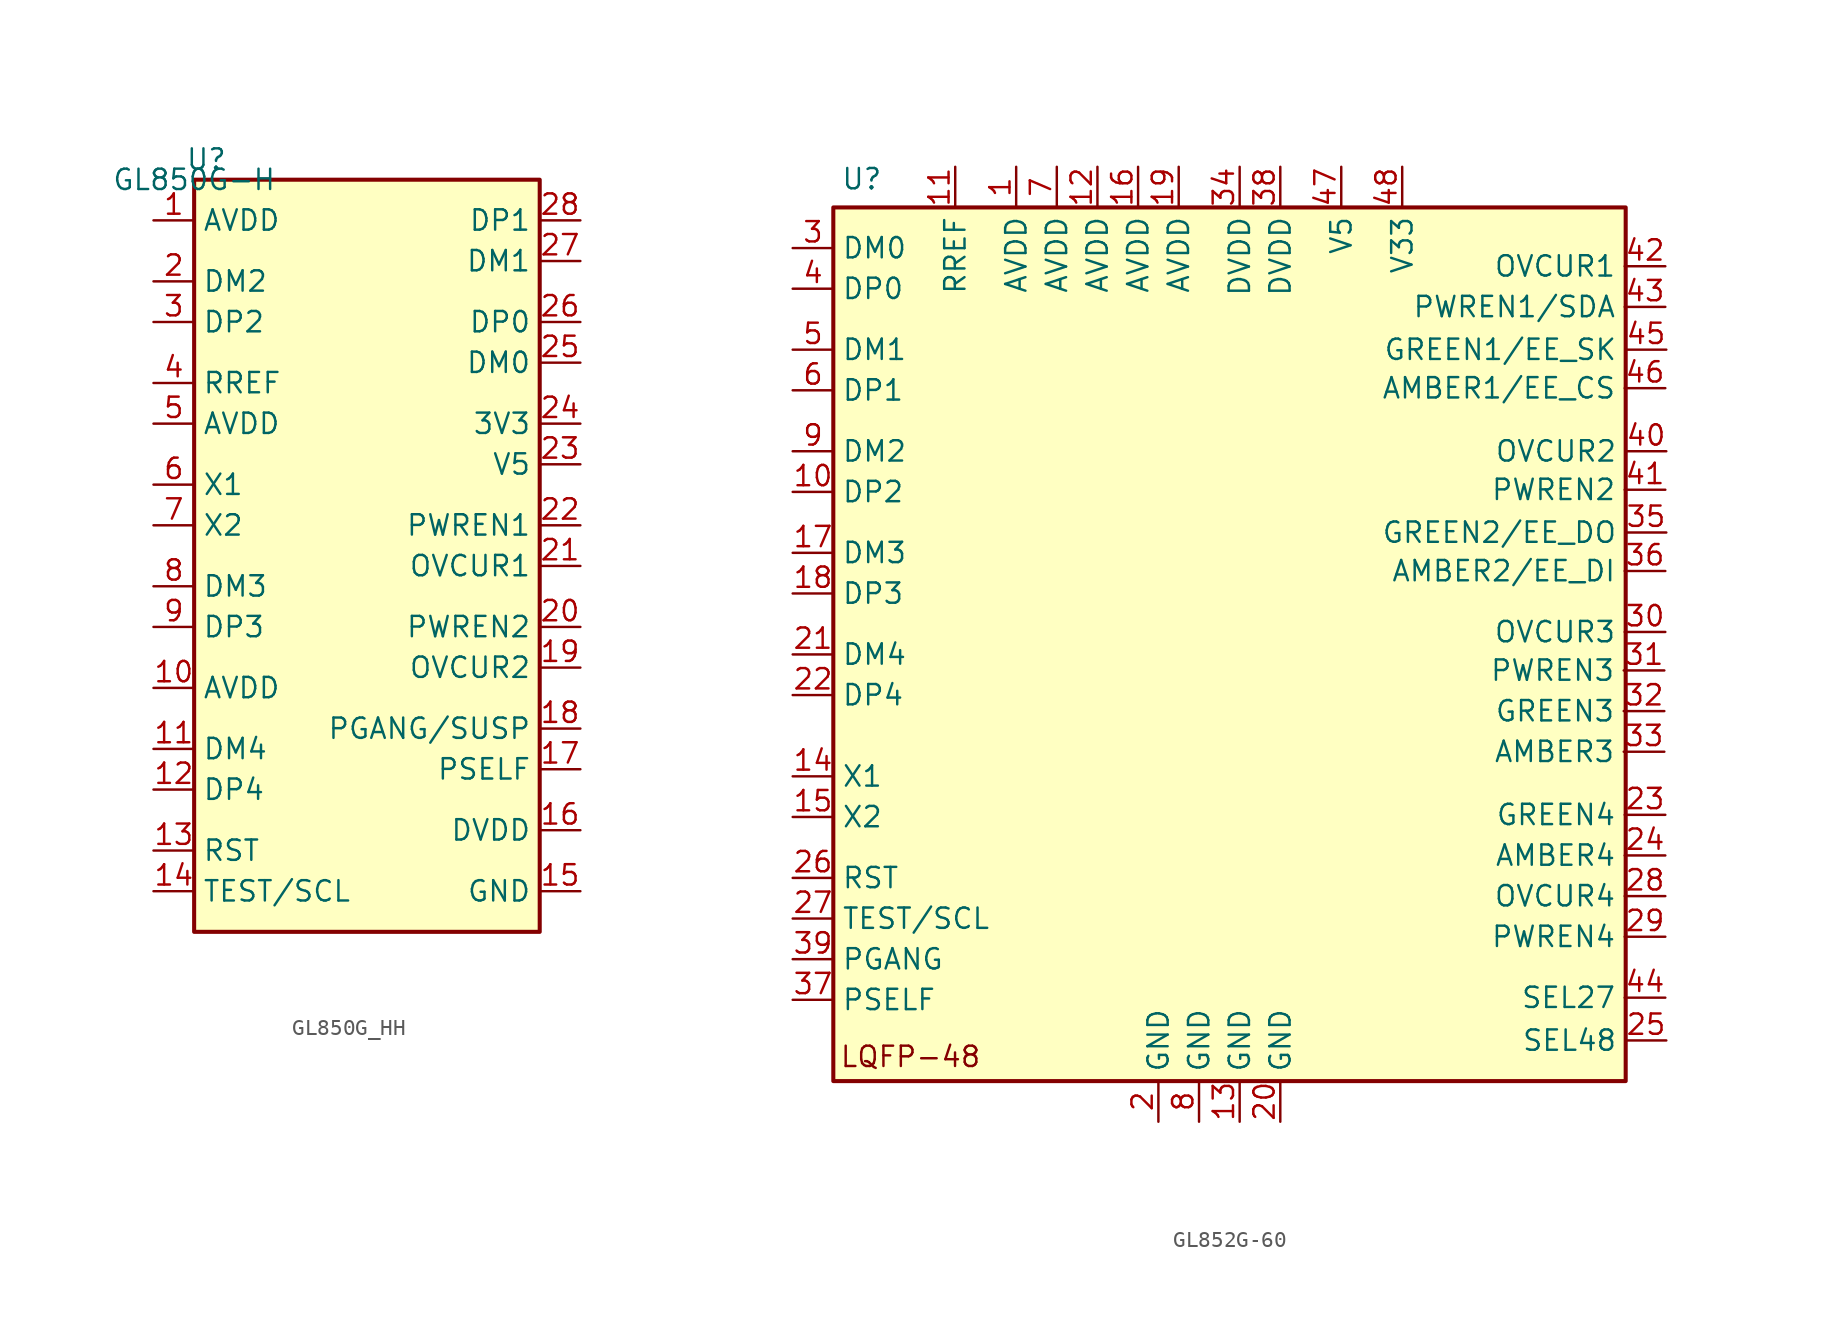
<source format=kicad_sym>
(kicad_symbol_lib
  (version 20241209)
  (generator "kicad_symbol_editor")
  (generator_version "9.0")
  (symbol "GL850G_HH"
    (property "Reference" "U"
      (at 0.762 1.27 0)
      (effects (font (size 1.27 1.27))))
    (property "Value" "GL850G-H"
      (at 0 0 0)
      (effects (font (size 1.27 1.27))))
    (symbol "GL850G_HH_1_1"
      (rectangle (start 0 0) (end 21.59 -46.99) (stroke (width 0.254) (type solid)) (fill (type background)))
      (pin bidirectional line (at -2.54 -2.54 0) (length 2.54) (name "AVDD" (effects (font (size 1.27 1.27)))) (number "1" (effects (font (size 1.27 1.27)))))
      (pin bidirectional line (at -2.54 -6.35 0) (length 2.54) (name "DM2" (effects (font (size 1.27 1.27)))) (number "2" (effects (font (size 1.27 1.27)))))
      (pin bidirectional line (at -2.54 -8.89 0) (length 2.54) (name "DP2" (effects (font (size 1.27 1.27)))) (number "3" (effects (font (size 1.27 1.27)))))
      (pin bidirectional line (at -2.54 -12.7 0) (length 2.54) (name "RREF" (effects (font (size 1.27 1.27)))) (number "4" (effects (font (size 1.27 1.27)))))
      (pin bidirectional line (at -2.54 -15.24 0) (length 2.54) (name "AVDD" (effects (font (size 1.27 1.27)))) (number "5" (effects (font (size 1.27 1.27)))))
      (pin bidirectional line (at -2.54 -19.05 0) (length 2.54) (name "X1" (effects (font (size 1.27 1.27)))) (number "6" (effects (font (size 1.27 1.27)))))
      (pin bidirectional line (at -2.54 -21.59 0) (length 2.54) (name "X2" (effects (font (size 1.27 1.27)))) (number "7" (effects (font (size 1.27 1.27)))))
      (pin bidirectional line (at -2.54 -25.4 0) (length 2.54) (name "DM3" (effects (font (size 1.27 1.27)))) (number "8" (effects (font (size 1.27 1.27)))))
      (pin bidirectional line (at -2.54 -27.94 0) (length 2.54) (name "DP3" (effects (font (size 1.27 1.27)))) (number "9" (effects (font (size 1.27 1.27)))))
      (pin bidirectional line (at -2.54 -31.75 0) (length 2.54) (name "AVDD" (effects (font (size 1.27 1.27)))) (number "10" (effects (font (size 1.27 1.27)))))
      (pin bidirectional line (at -2.54 -35.56 0) (length 2.54) (name "DM4" (effects (font (size 1.27 1.27)))) (number "11" (effects (font (size 1.27 1.27)))))
      (pin bidirectional line (at -2.54 -38.1 0) (length 2.54) (name "DP4" (effects (font (size 1.27 1.27)))) (number "12" (effects (font (size 1.27 1.27)))))
      (pin bidirectional line (at -2.54 -41.91 0) (length 2.54) (name "RST" (effects (font (size 1.27 1.27)))) (number "13" (effects (font (size 1.27 1.27)))))
      (pin bidirectional line (at -2.54 -44.45 0) (length 2.54) (name "TEST/SCL" (effects (font (size 1.27 1.27)))) (number "14" (effects (font (size 1.27 1.27)))))
      (pin bidirectional line (at 24.13 -2.54 180) (length 2.54) (name "DP1" (effects (font (size 1.27 1.27)))) (number "28" (effects (font (size 1.27 1.27)))))
      (pin bidirectional line (at 24.13 -5.08 180) (length 2.54) (name "DM1" (effects (font (size 1.27 1.27)))) (number "27" (effects (font (size 1.27 1.27)))))
      (pin bidirectional line (at 24.13 -8.89 180) (length 2.54) (name "DP0" (effects (font (size 1.27 1.27)))) (number "26" (effects (font (size 1.27 1.27)))))
      (pin bidirectional line (at 24.13 -11.43 180) (length 2.54) (name "DM0" (effects (font (size 1.27 1.27)))) (number "25" (effects (font (size 1.27 1.27)))))
      (pin bidirectional line (at 24.13 -15.24 180) (length 2.54) (name "3V3" (effects (font (size 1.27 1.27)))) (number "24" (effects (font (size 1.27 1.27)))))
      (pin bidirectional line (at 24.13 -17.78 180) (length 2.54) (name "V5" (effects (font (size 1.27 1.27)))) (number "23" (effects (font (size 1.27 1.27)))))
      (pin bidirectional line (at 24.13 -21.59 180) (length 2.54) (name "PWREN1" (effects (font (size 1.27 1.27)))) (number "22" (effects (font (size 1.27 1.27)))))
      (pin bidirectional line (at 24.13 -24.13 180) (length 2.54) (name "OVCUR1" (effects (font (size 1.27 1.27)))) (number "21" (effects (font (size 1.27 1.27)))))
      (pin bidirectional line (at 24.13 -27.94 180) (length 2.54) (name "PWREN2" (effects (font (size 1.27 1.27)))) (number "20" (effects (font (size 1.27 1.27)))))
      (pin bidirectional line (at 24.13 -30.48 180) (length 2.54) (name "OVCUR2" (effects (font (size 1.27 1.27)))) (number "19" (effects (font (size 1.27 1.27)))))
      (pin bidirectional line (at 24.13 -34.29 180) (length 2.54) (name "PGANG/SUSP" (effects (font (size 1.27 1.27)))) (number "18" (effects (font (size 1.27 1.27)))))
      (pin bidirectional line (at 24.13 -36.83 180) (length 2.54) (name "PSELF" (effects (font (size 1.27 1.27)))) (number "17" (effects (font (size 1.27 1.27)))))
      (pin bidirectional line (at 24.13 -40.64 180) (length 2.54) (name "DVDD" (effects (font (size 1.27 1.27)))) (number "16" (effects (font (size 1.27 1.27)))))
      (pin bidirectional line (at 24.13 -44.45 180) (length 2.54) (name "GND" (effects (font (size 1.27 1.27)))) (number "15" (effects (font (size 1.27 1.27)))))))
  (symbol "GL852G-60"
    (property "Reference" "U"
      (at 1.778 1.778 0)
      (effects (font (size 1.27 1.27))))
    (property "Value" ""
      (at 0 0 0)
      (effects (font (size 1.27 1.27))))
    (symbol "GL852G-60_1_1"
      (rectangle (start 0 0) (end 49.53 -54.61) (stroke (width 0.254) (type solid)) (fill (type background)))
      (text "LQFP-48" (at 4.826 -53.086 0) (effects (font (size 1.27 1.27))))
      (pin bidirectional line (at -2.54 -2.54 0) (length 2.54) (name "DM0" (effects (font (size 1.27 1.27)))) (number "3" (effects (font (size 1.27 1.27)))))
      (pin bidirectional line (at -2.54 -5.08 0) (length 2.54) (name "DP0" (effects (font (size 1.27 1.27)))) (number "4" (effects (font (size 1.27 1.27)))))
      (pin bidirectional line (at -2.54 -8.89 0) (length 2.54) (name "DM1" (effects (font (size 1.27 1.27)))) (number "5" (effects (font (size 1.27 1.27)))))
      (pin bidirectional line (at -2.54 -11.43 0) (length 2.54) (name "DP1" (effects (font (size 1.27 1.27)))) (number "6" (effects (font (size 1.27 1.27)))))
      (pin bidirectional line (at -2.54 -15.24 0) (length 2.54) (name "DM2" (effects (font (size 1.27 1.27)))) (number "9" (effects (font (size 1.27 1.27)))))
      (pin bidirectional line (at -2.54 -17.78 0) (length 2.54) (name "DP2" (effects (font (size 1.27 1.27)))) (number "10" (effects (font (size 1.27 1.27)))))
      (pin bidirectional line (at -2.54 -21.59 0) (length 2.54) (name "DM3" (effects (font (size 1.27 1.27)))) (number "17" (effects (font (size 1.27 1.27)))))
      (pin bidirectional line (at -2.54 -24.13 0) (length 2.54) (name "DP3" (effects (font (size 1.27 1.27)))) (number "18" (effects (font (size 1.27 1.27)))))
      (pin bidirectional line (at -2.54 -27.94 0) (length 2.54) (name "DM4" (effects (font (size 1.27 1.27)))) (number "21" (effects (font (size 1.27 1.27)))))
      (pin bidirectional line (at -2.54 -30.48 0) (length 2.54) (name "DP4" (effects (font (size 1.27 1.27)))) (number "22" (effects (font (size 1.27 1.27)))))
      (pin bidirectional line (at -2.54 -35.56 0) (length 2.54) (name "X1" (effects (font (size 1.27 1.27)))) (number "14" (effects (font (size 1.27 1.27)))))
      (pin bidirectional line (at -2.54 -38.1 0) (length 2.54) (name "X2" (effects (font (size 1.27 1.27)))) (number "15" (effects (font (size 1.27 1.27)))))
      (pin bidirectional line (at -2.54 -41.91 0) (length 2.54) (name "RST" (effects (font (size 1.27 1.27)))) (number "26" (effects (font (size 1.27 1.27)))))
      (pin bidirectional line (at -2.54 -44.45 0) (length 2.54) (name "TEST/SCL" (effects (font (size 1.27 1.27)))) (number "27" (effects (font (size 1.27 1.27)))))
      (pin bidirectional line (at -2.54 -46.99 0) (length 2.54) (name "PGANG" (effects (font (size 1.27 1.27)))) (number "39" (effects (font (size 1.27 1.27)))))
      (pin bidirectional line (at -2.54 -49.53 0) (length 2.54) (name "PSELF" (effects (font (size 1.27 1.27)))) (number "37" (effects (font (size 1.27 1.27)))))
      (pin bidirectional line (at 7.62 2.54 270) (length 2.54) (name "RREF" (effects (font (size 1.27 1.27)))) (number "11" (effects (font (size 1.27 1.27)))))
      (pin bidirectional line (at 11.43 2.54 270) (length 2.54) (name "AVDD" (effects (font (size 1.27 1.27)))) (number "1" (effects (font (size 1.27 1.27)))))
      (pin bidirectional line (at 13.97 2.54 270) (length 2.54) (name "AVDD" (effects (font (size 1.27 1.27)))) (number "7" (effects (font (size 1.27 1.27)))))
      (pin bidirectional line (at 16.51 2.54 270) (length 2.54) (name "AVDD" (effects (font (size 1.27 1.27)))) (number "12" (effects (font (size 1.27 1.27)))))
      (pin bidirectional line (at 19.05 2.54 270) (length 2.54) (name "AVDD" (effects (font (size 1.27 1.27)))) (number "16" (effects (font (size 1.27 1.27)))))
      (pin bidirectional line (at 20.32 -57.15 90) (length 2.54) (name "GND" (effects (font (size 1.27 1.27)))) (number "2" (effects (font (size 1.27 1.27)))))
      (pin bidirectional line (at 21.59 2.54 270) (length 2.54) (name "AVDD" (effects (font (size 1.27 1.27)))) (number "19" (effects (font (size 1.27 1.27)))))
      (pin bidirectional line (at 22.86 -57.15 90) (length 2.54) (name "GND" (effects (font (size 1.27 1.27)))) (number "8" (effects (font (size 1.27 1.27)))))
      (pin bidirectional line (at 25.4 2.54 270) (length 2.54) (name "DVDD" (effects (font (size 1.27 1.27)))) (number "34" (effects (font (size 1.27 1.27)))))
      (pin bidirectional line (at 25.4 -57.15 90) (length 2.54) (name "GND" (effects (font (size 1.27 1.27)))) (number "13" (effects (font (size 1.27 1.27)))))
      (pin bidirectional line (at 27.94 2.54 270) (length 2.54) (name "DVDD" (effects (font (size 1.27 1.27)))) (number "38" (effects (font (size 1.27 1.27)))))
      (pin bidirectional line (at 27.94 -57.15 90) (length 2.54) (name "GND" (effects (font (size 1.27 1.27)))) (number "20" (effects (font (size 1.27 1.27)))))
      (pin bidirectional line (at 31.75 2.54 270) (length 2.54) (name "V5" (effects (font (size 1.27 1.27)))) (number "47" (effects (font (size 1.27 1.27)))))
      (pin bidirectional line (at 35.56 2.54 270) (length 2.54) (name "V33" (effects (font (size 1.27 1.27)))) (number "48" (effects (font (size 1.27 1.27)))))
      (pin bidirectional line (at 51.946 -28.942 180) (length 2.54) (name "PWREN3" (effects (font (size 1.27 1.27)))) (number "31" (effects (font (size 1.27 1.27)))))
      (pin bidirectional line (at 51.946 -31.482 180) (length 2.54) (name "GREEN3" (effects (font (size 1.27 1.27)))) (number "32" (effects (font (size 1.27 1.27)))))
      (pin bidirectional line (at 51.946 -34.022 180) (length 2.54) (name "AMBER3" (effects (font (size 1.27 1.27)))) (number "33" (effects (font (size 1.27 1.27)))))
      (pin bidirectional line (at 52.008 -3.676 180) (length 2.54) (name "OVCUR1" (effects (font (size 1.27 1.27)))) (number "42" (effects (font (size 1.27 1.27)))))
      (pin bidirectional line (at 52.008 -6.216 180) (length 2.54) (name "PWREN1/SDA" (effects (font (size 1.27 1.27)))) (number "43" (effects (font (size 1.27 1.27)))))
      (pin bidirectional line (at 52.008 -11.296 180) (length 2.54) (name "AMBER1/EE_CS" (effects (font (size 1.27 1.27)))) (number "46" (effects (font (size 1.27 1.27)))))
      (pin bidirectional line (at 52.008 -17.646 180) (length 2.54) (name "PWREN2" (effects (font (size 1.27 1.27)))) (number "41" (effects (font (size 1.27 1.27)))))
      (pin bidirectional line (at 52.008 -22.726 180) (length 2.54) (name "AMBER2/EE_DI" (effects (font (size 1.27 1.27)))) (number "36" (effects (font (size 1.27 1.27)))))
      (pin bidirectional line (at 52.008 -26.536 180) (length 2.54) (name "OVCUR3" (effects (font (size 1.27 1.27)))) (number "30" (effects (font (size 1.27 1.27)))))
      (pin bidirectional line (at 52.008 -37.966 180) (length 2.54) (name "GREEN4" (effects (font (size 1.27 1.27)))) (number "23" (effects (font (size 1.27 1.27)))))
      (pin bidirectional line (at 52.008 -40.506 180) (length 2.54) (name "AMBER4" (effects (font (size 1.27 1.27)))) (number "24" (effects (font (size 1.27 1.27)))))
      (pin bidirectional line (at 52.008 -43.046 180) (length 2.54) (name "OVCUR4" (effects (font (size 1.27 1.27)))) (number "28" (effects (font (size 1.27 1.27)))))
      (pin bidirectional line (at 52.008 -45.586 180) (length 2.54) (name "PWREN4" (effects (font (size 1.27 1.27)))) (number "29" (effects (font (size 1.27 1.27)))))
      (pin bidirectional line (at 52.008 -49.396 180) (length 2.54) (name "SEL27" (effects (font (size 1.27 1.27)))) (number "44" (effects (font (size 1.27 1.27)))))
      (pin bidirectional line (at 52.07 -8.89 180) (length 2.54) (name "GREEN1/EE_SK" (effects (font (size 1.27 1.27)))) (number "45" (effects (font (size 1.27 1.27)))))
      (pin bidirectional line (at 52.07 -15.24 180) (length 2.54) (name "OVCUR2" (effects (font (size 1.27 1.27)))) (number "40" (effects (font (size 1.27 1.27)))))
      (pin bidirectional line (at 52.07 -20.32 180) (length 2.54) (name "GREEN2/EE_DO" (effects (font (size 1.27 1.27)))) (number "35" (effects (font (size 1.27 1.27)))))
      (pin bidirectional line (at 52.07 -52.07 180) (length 2.54) (name "SEL48" (effects (font (size 1.27 1.27)))) (number "25" (effects (font (size 1.27 1.27))))))))
</source>
